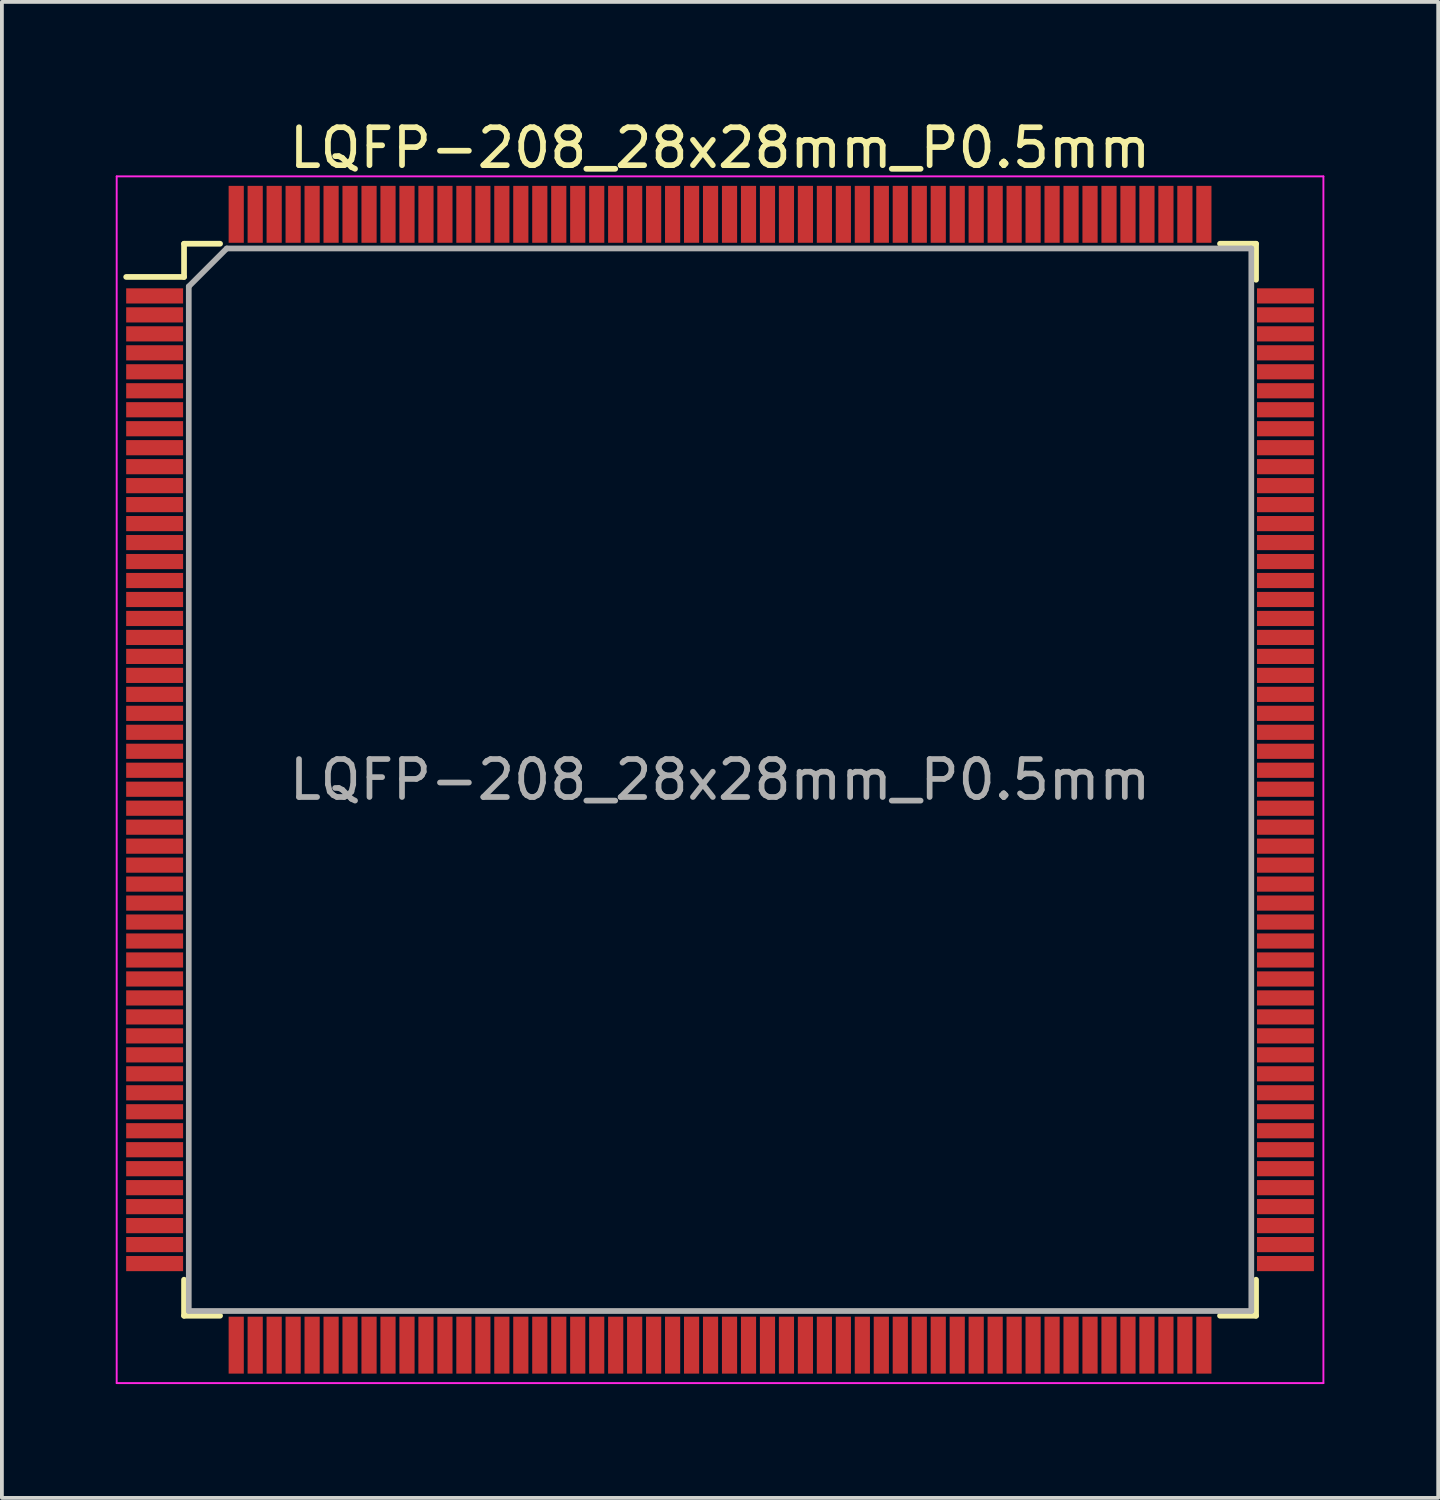
<source format=kicad_pcb>
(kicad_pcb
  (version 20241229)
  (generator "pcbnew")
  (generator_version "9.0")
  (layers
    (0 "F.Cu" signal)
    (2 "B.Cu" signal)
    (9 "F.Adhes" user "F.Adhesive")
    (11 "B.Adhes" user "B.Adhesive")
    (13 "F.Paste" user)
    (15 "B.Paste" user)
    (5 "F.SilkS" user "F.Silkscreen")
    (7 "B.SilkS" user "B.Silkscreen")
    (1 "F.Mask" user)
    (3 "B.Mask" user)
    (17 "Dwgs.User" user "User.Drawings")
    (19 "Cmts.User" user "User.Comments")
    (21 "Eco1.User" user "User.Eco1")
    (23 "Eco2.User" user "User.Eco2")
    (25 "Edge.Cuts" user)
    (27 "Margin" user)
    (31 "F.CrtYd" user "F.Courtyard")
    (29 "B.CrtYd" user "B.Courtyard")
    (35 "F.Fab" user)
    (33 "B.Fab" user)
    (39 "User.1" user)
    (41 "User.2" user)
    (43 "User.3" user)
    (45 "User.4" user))
  (footprint "LQFP-208_28x28mm_P0.5mm"
    (layer "F.Cu")
    (at 15.925 17.498)
    (property "Reference" "LQFP-208_28x28mm_P0.5mm" (at 0 -16.65 0) (layer "F.SilkS") (effects (font (size 1 1) (thickness 0.15))))
    (attr smd)
    (fp_line (start -14.125 -14.125) (end -14.125 -13.25) (stroke (width 0.15) (type solid)) (layer "F.SilkS"))
    (fp_line (start -14.125 -14.125) (end -13.175 -14.125) (stroke (width 0.15) (type solid)) (layer "F.SilkS"))
    (fp_line (start -14.125 -13.25) (end -15.65 -13.25) (stroke (width 0.15) (type solid)) (layer "F.SilkS"))
    (fp_line (start -14.125 14.125) (end -14.125 13.175) (stroke (width 0.15) (type solid)) (layer "F.SilkS"))
    (fp_line (start -14.125 14.125) (end -13.175 14.125) (stroke (width 0.15) (type solid)) (layer "F.SilkS"))
    (fp_line (start 14.125 -14.125) (end 13.175 -14.125) (stroke (width 0.15) (type solid)) (layer "F.SilkS"))
    (fp_line (start 14.125 -14.125) (end 14.125 -13.175) (stroke (width 0.15) (type solid)) (layer "F.SilkS"))
    (fp_line (start 14.125 14.125) (end 13.175 14.125) (stroke (width 0.15) (type solid)) (layer "F.SilkS"))
    (fp_line (start 14.125 14.125) (end 14.125 13.175) (stroke (width 0.15) (type solid)) (layer "F.SilkS"))
    (fp_line (start -15.9 -15.9) (end -15.9 15.9) (stroke (width 0.05) (type solid)) (layer "F.CrtYd"))
    (fp_line (start -15.9 -15.9) (end 15.9 -15.9) (stroke (width 0.05) (type solid)) (layer "F.CrtYd"))
    (fp_line (start -15.9 15.9) (end 15.9 15.9) (stroke (width 0.05) (type solid)) (layer "F.CrtYd"))
    (fp_line (start 15.9 -15.9) (end 15.9 15.9) (stroke (width 0.05) (type solid)) (layer "F.CrtYd"))
    (fp_line (start -14 -13) (end -13 -14) (stroke (width 0.15) (type solid)) (layer "F.Fab"))
    (fp_line (start -14 14) (end -14 -13) (stroke (width 0.15) (type solid)) (layer "F.Fab"))
    (fp_line (start -13 -14) (end 14 -14) (stroke (width 0.15) (type solid)) (layer "F.Fab"))
    (fp_line (start 14 -14) (end 14 14) (stroke (width 0.15) (type solid)) (layer "F.Fab"))
    (fp_line (start 14 14) (end -14 14) (stroke (width 0.15) (type solid)) (layer "F.Fab"))
    (fp_text user "${REFERENCE}" (at 0 0 0) (layer "F.Fab") (effects (font (size 1 1) (thickness 0.15))))
    (pad "1" smd rect (at -14.9 -12.75) (size 1.5 0.4) (layers "F.Cu" "F.Mask" "F.Paste"))
    (pad "2" smd rect (at -14.9 -12.25) (size 1.5 0.4) (layers "F.Cu" "F.Mask" "F.Paste"))
    (pad "3" smd rect (at -14.9 -11.75) (size 1.5 0.4) (layers "F.Cu" "F.Mask" "F.Paste"))
    (pad "4" smd rect (at -14.9 -11.25) (size 1.5 0.4) (layers "F.Cu" "F.Mask" "F.Paste"))
    (pad "5" smd rect (at -14.9 -10.75) (size 1.5 0.4) (layers "F.Cu" "F.Mask" "F.Paste"))
    (pad "6" smd rect (at -14.9 -10.25) (size 1.5 0.4) (layers "F.Cu" "F.Mask" "F.Paste"))
    (pad "7" smd rect (at -14.9 -9.75) (size 1.5 0.4) (layers "F.Cu" "F.Mask" "F.Paste"))
    (pad "8" smd rect (at -14.9 -9.25) (size 1.5 0.4) (layers "F.Cu" "F.Mask" "F.Paste"))
    (pad "9" smd rect (at -14.9 -8.75) (size 1.5 0.4) (layers "F.Cu" "F.Mask" "F.Paste"))
    (pad "10" smd rect (at -14.9 -8.25) (size 1.5 0.4) (layers "F.Cu" "F.Mask" "F.Paste"))
    (pad "11" smd rect (at -14.9 -7.75) (size 1.5 0.4) (layers "F.Cu" "F.Mask" "F.Paste"))
    (pad "12" smd rect (at -14.9 -7.25) (size 1.5 0.4) (layers "F.Cu" "F.Mask" "F.Paste"))
    (pad "13" smd rect (at -14.9 -6.75) (size 1.5 0.4) (layers "F.Cu" "F.Mask" "F.Paste"))
    (pad "14" smd rect (at -14.9 -6.25) (size 1.5 0.4) (layers "F.Cu" "F.Mask" "F.Paste"))
    (pad "15" smd rect (at -14.9 -5.75) (size 1.5 0.4) (layers "F.Cu" "F.Mask" "F.Paste"))
    (pad "16" smd rect (at -14.9 -5.25) (size 1.5 0.4) (layers "F.Cu" "F.Mask" "F.Paste"))
    (pad "17" smd rect (at -14.9 -4.75) (size 1.5 0.4) (layers "F.Cu" "F.Mask" "F.Paste"))
    (pad "18" smd rect (at -14.9 -4.25) (size 1.5 0.4) (layers "F.Cu" "F.Mask" "F.Paste"))
    (pad "19" smd rect (at -14.9 -3.75) (size 1.5 0.4) (layers "F.Cu" "F.Mask" "F.Paste"))
    (pad "20" smd rect (at -14.9 -3.25) (size 1.5 0.4) (layers "F.Cu" "F.Mask" "F.Paste"))
    (pad "21" smd rect (at -14.9 -2.75) (size 1.5 0.4) (layers "F.Cu" "F.Mask" "F.Paste"))
    (pad "22" smd rect (at -14.9 -2.25) (size 1.5 0.4) (layers "F.Cu" "F.Mask" "F.Paste"))
    (pad "23" smd rect (at -14.9 -1.75) (size 1.5 0.4) (layers "F.Cu" "F.Mask" "F.Paste"))
    (pad "24" smd rect (at -14.9 -1.25) (size 1.5 0.4) (layers "F.Cu" "F.Mask" "F.Paste"))
    (pad "25" smd rect (at -14.9 -0.75) (size 1.5 0.4) (layers "F.Cu" "F.Mask" "F.Paste"))
    (pad "26" smd rect (at -14.9 -0.25) (size 1.5 0.4) (layers "F.Cu" "F.Mask" "F.Paste"))
    (pad "27" smd rect (at -14.9 0.25) (size 1.5 0.4) (layers "F.Cu" "F.Mask" "F.Paste"))
    (pad "28" smd rect (at -14.9 0.75) (size 1.5 0.4) (layers "F.Cu" "F.Mask" "F.Paste"))
    (pad "29" smd rect (at -14.9 1.25) (size 1.5 0.4) (layers "F.Cu" "F.Mask" "F.Paste"))
    (pad "30" smd rect (at -14.9 1.75) (size 1.5 0.4) (layers "F.Cu" "F.Mask" "F.Paste"))
    (pad "31" smd rect (at -14.9 2.25) (size 1.5 0.4) (layers "F.Cu" "F.Mask" "F.Paste"))
    (pad "32" smd rect (at -14.9 2.75) (size 1.5 0.4) (layers "F.Cu" "F.Mask" "F.Paste"))
    (pad "33" smd rect (at -14.9 3.25) (size 1.5 0.4) (layers "F.Cu" "F.Mask" "F.Paste"))
    (pad "34" smd rect (at -14.9 3.75) (size 1.5 0.4) (layers "F.Cu" "F.Mask" "F.Paste"))
    (pad "35" smd rect (at -14.9 4.25) (size 1.5 0.4) (layers "F.Cu" "F.Mask" "F.Paste"))
    (pad "36" smd rect (at -14.9 4.75) (size 1.5 0.4) (layers "F.Cu" "F.Mask" "F.Paste"))
    (pad "37" smd rect (at -14.9 5.25) (size 1.5 0.4) (layers "F.Cu" "F.Mask" "F.Paste"))
    (pad "38" smd rect (at -14.9 5.75) (size 1.5 0.4) (layers "F.Cu" "F.Mask" "F.Paste"))
    (pad "39" smd rect (at -14.9 6.25) (size 1.5 0.4) (layers "F.Cu" "F.Mask" "F.Paste"))
    (pad "40" smd rect (at -14.9 6.75) (size 1.5 0.4) (layers "F.Cu" "F.Mask" "F.Paste"))
    (pad "41" smd rect (at -14.9 7.25) (size 1.5 0.4) (layers "F.Cu" "F.Mask" "F.Paste"))
    (pad "42" smd rect (at -14.9 7.75) (size 1.5 0.4) (layers "F.Cu" "F.Mask" "F.Paste"))
    (pad "43" smd rect (at -14.9 8.25) (size 1.5 0.4) (layers "F.Cu" "F.Mask" "F.Paste"))
    (pad "44" smd rect (at -14.9 8.75) (size 1.5 0.4) (layers "F.Cu" "F.Mask" "F.Paste"))
    (pad "45" smd rect (at -14.9 9.25) (size 1.5 0.4) (layers "F.Cu" "F.Mask" "F.Paste"))
    (pad "46" smd rect (at -14.9 9.75) (size 1.5 0.4) (layers "F.Cu" "F.Mask" "F.Paste"))
    (pad "47" smd rect (at -14.9 10.25) (size 1.5 0.4) (layers "F.Cu" "F.Mask" "F.Paste"))
    (pad "48" smd rect (at -14.9 10.75) (size 1.5 0.4) (layers "F.Cu" "F.Mask" "F.Paste"))
    (pad "49" smd rect (at -14.9 11.25) (size 1.5 0.4) (layers "F.Cu" "F.Mask" "F.Paste"))
    (pad "50" smd rect (at -14.9 11.75) (size 1.5 0.4) (layers "F.Cu" "F.Mask" "F.Paste"))
    (pad "51" smd rect (at -14.9 12.25) (size 1.5 0.4) (layers "F.Cu" "F.Mask" "F.Paste"))
    (pad "52" smd rect (at -14.9 12.75) (size 1.5 0.4) (layers "F.Cu" "F.Mask" "F.Paste"))
    (pad "53" smd rect (at -12.75 14.9 90) (size 1.5 0.4) (layers "F.Cu" "F.Mask" "F.Paste"))
    (pad "54" smd rect (at -12.25 14.9 90) (size 1.5 0.4) (layers "F.Cu" "F.Mask" "F.Paste"))
    (pad "55" smd rect (at -11.75 14.9 90) (size 1.5 0.4) (layers "F.Cu" "F.Mask" "F.Paste"))
    (pad "56" smd rect (at -11.25 14.9 90) (size 1.5 0.4) (layers "F.Cu" "F.Mask" "F.Paste"))
    (pad "57" smd rect (at -10.75 14.9 90) (size 1.5 0.4) (layers "F.Cu" "F.Mask" "F.Paste"))
    (pad "58" smd rect (at -10.25 14.9 90) (size 1.5 0.4) (layers "F.Cu" "F.Mask" "F.Paste"))
    (pad "59" smd rect (at -9.75 14.9 90) (size 1.5 0.4) (layers "F.Cu" "F.Mask" "F.Paste"))
    (pad "60" smd rect (at -9.25 14.9 90) (size 1.5 0.4) (layers "F.Cu" "F.Mask" "F.Paste"))
    (pad "61" smd rect (at -8.75 14.9 90) (size 1.5 0.4) (layers "F.Cu" "F.Mask" "F.Paste"))
    (pad "62" smd rect (at -8.25 14.9 90) (size 1.5 0.4) (layers "F.Cu" "F.Mask" "F.Paste"))
    (pad "63" smd rect (at -7.75 14.9 90) (size 1.5 0.4) (layers "F.Cu" "F.Mask" "F.Paste"))
    (pad "64" smd rect (at -7.25 14.9 90) (size 1.5 0.4) (layers "F.Cu" "F.Mask" "F.Paste"))
    (pad "65" smd rect (at -6.75 14.9 90) (size 1.5 0.4) (layers "F.Cu" "F.Mask" "F.Paste"))
    (pad "66" smd rect (at -6.25 14.9 90) (size 1.5 0.4) (layers "F.Cu" "F.Mask" "F.Paste"))
    (pad "67" smd rect (at -5.75 14.9 90) (size 1.5 0.4) (layers "F.Cu" "F.Mask" "F.Paste"))
    (pad "68" smd rect (at -5.25 14.9 90) (size 1.5 0.4) (layers "F.Cu" "F.Mask" "F.Paste"))
    (pad "69" smd rect (at -4.75 14.9 90) (size 1.5 0.4) (layers "F.Cu" "F.Mask" "F.Paste"))
    (pad "70" smd rect (at -4.25 14.9 90) (size 1.5 0.4) (layers "F.Cu" "F.Mask" "F.Paste"))
    (pad "71" smd rect (at -3.75 14.9 90) (size 1.5 0.4) (layers "F.Cu" "F.Mask" "F.Paste"))
    (pad "72" smd rect (at -3.25 14.9 90) (size 1.5 0.4) (layers "F.Cu" "F.Mask" "F.Paste"))
    (pad "73" smd rect (at -2.75 14.9 90) (size 1.5 0.4) (layers "F.Cu" "F.Mask" "F.Paste"))
    (pad "74" smd rect (at -2.25 14.9 90) (size 1.5 0.4) (layers "F.Cu" "F.Mask" "F.Paste"))
    (pad "75" smd rect (at -1.75 14.9 90) (size 1.5 0.4) (layers "F.Cu" "F.Mask" "F.Paste"))
    (pad "76" smd rect (at -1.25 14.9 90) (size 1.5 0.4) (layers "F.Cu" "F.Mask" "F.Paste"))
    (pad "77" smd rect (at -0.75 14.9 90) (size 1.5 0.4) (layers "F.Cu" "F.Mask" "F.Paste"))
    (pad "78" smd rect (at -0.25 14.9 90) (size 1.5 0.4) (layers "F.Cu" "F.Mask" "F.Paste"))
    (pad "79" smd rect (at 0.25 14.9 90) (size 1.5 0.4) (layers "F.Cu" "F.Mask" "F.Paste"))
    (pad "80" smd rect (at 0.75 14.9 90) (size 1.5 0.4) (layers "F.Cu" "F.Mask" "F.Paste"))
    (pad "81" smd rect (at 1.25 14.9 90) (size 1.5 0.4) (layers "F.Cu" "F.Mask" "F.Paste"))
    (pad "82" smd rect (at 1.75 14.9 90) (size 1.5 0.4) (layers "F.Cu" "F.Mask" "F.Paste"))
    (pad "83" smd rect (at 2.25 14.9 90) (size 1.5 0.4) (layers "F.Cu" "F.Mask" "F.Paste"))
    (pad "84" smd rect (at 2.75 14.9 90) (size 1.5 0.4) (layers "F.Cu" "F.Mask" "F.Paste"))
    (pad "85" smd rect (at 3.25 14.9 90) (size 1.5 0.4) (layers "F.Cu" "F.Mask" "F.Paste"))
    (pad "86" smd rect (at 3.75 14.9 90) (size 1.5 0.4) (layers "F.Cu" "F.Mask" "F.Paste"))
    (pad "87" smd rect (at 4.25 14.9 90) (size 1.5 0.4) (layers "F.Cu" "F.Mask" "F.Paste"))
    (pad "88" smd rect (at 4.75 14.9 90) (size 1.5 0.4) (layers "F.Cu" "F.Mask" "F.Paste"))
    (pad "89" smd rect (at 5.25 14.9 90) (size 1.5 0.4) (layers "F.Cu" "F.Mask" "F.Paste"))
    (pad "90" smd rect (at 5.75 14.9 90) (size 1.5 0.4) (layers "F.Cu" "F.Mask" "F.Paste"))
    (pad "91" smd rect (at 6.25 14.9 90) (size 1.5 0.4) (layers "F.Cu" "F.Mask" "F.Paste"))
    (pad "92" smd rect (at 6.75 14.9 90) (size 1.5 0.4) (layers "F.Cu" "F.Mask" "F.Paste"))
    (pad "93" smd rect (at 7.25 14.9 90) (size 1.5 0.4) (layers "F.Cu" "F.Mask" "F.Paste"))
    (pad "94" smd rect (at 7.75 14.9 90) (size 1.5 0.4) (layers "F.Cu" "F.Mask" "F.Paste"))
    (pad "95" smd rect (at 8.25 14.9 90) (size 1.5 0.4) (layers "F.Cu" "F.Mask" "F.Paste"))
    (pad "96" smd rect (at 8.75 14.9 90) (size 1.5 0.4) (layers "F.Cu" "F.Mask" "F.Paste"))
    (pad "97" smd rect (at 9.25 14.9 90) (size 1.5 0.4) (layers "F.Cu" "F.Mask" "F.Paste"))
    (pad "98" smd rect (at 9.75 14.9 90) (size 1.5 0.4) (layers "F.Cu" "F.Mask" "F.Paste"))
    (pad "99" smd rect (at 10.25 14.9 90) (size 1.5 0.4) (layers "F.Cu" "F.Mask" "F.Paste"))
    (pad "100" smd rect (at 10.75 14.9 90) (size 1.5 0.4) (layers "F.Cu" "F.Mask" "F.Paste"))
    (pad "101" smd rect (at 11.25 14.9 90) (size 1.5 0.4) (layers "F.Cu" "F.Mask" "F.Paste"))
    (pad "102" smd rect (at 11.75 14.9 90) (size 1.5 0.4) (layers "F.Cu" "F.Mask" "F.Paste"))
    (pad "103" smd rect (at 12.25 14.9 90) (size 1.5 0.4) (layers "F.Cu" "F.Mask" "F.Paste"))
    (pad "104" smd rect (at 12.75 14.9 90) (size 1.5 0.4) (layers "F.Cu" "F.Mask" "F.Paste"))
    (pad "105" smd rect (at 14.9 12.75) (size 1.5 0.4) (layers "F.Cu" "F.Mask" "F.Paste"))
    (pad "106" smd rect (at 14.9 12.25) (size 1.5 0.4) (layers "F.Cu" "F.Mask" "F.Paste"))
    (pad "107" smd rect (at 14.9 11.75) (size 1.5 0.4) (layers "F.Cu" "F.Mask" "F.Paste"))
    (pad "108" smd rect (at 14.9 11.25) (size 1.5 0.4) (layers "F.Cu" "F.Mask" "F.Paste"))
    (pad "109" smd rect (at 14.9 10.75) (size 1.5 0.4) (layers "F.Cu" "F.Mask" "F.Paste"))
    (pad "110" smd rect (at 14.9 10.25) (size 1.5 0.4) (layers "F.Cu" "F.Mask" "F.Paste"))
    (pad "111" smd rect (at 14.9 9.75) (size 1.5 0.4) (layers "F.Cu" "F.Mask" "F.Paste"))
    (pad "112" smd rect (at 14.9 9.25) (size 1.5 0.4) (layers "F.Cu" "F.Mask" "F.Paste"))
    (pad "113" smd rect (at 14.9 8.75) (size 1.5 0.4) (layers "F.Cu" "F.Mask" "F.Paste"))
    (pad "114" smd rect (at 14.9 8.25) (size 1.5 0.4) (layers "F.Cu" "F.Mask" "F.Paste"))
    (pad "115" smd rect (at 14.9 7.75) (size 1.5 0.4) (layers "F.Cu" "F.Mask" "F.Paste"))
    (pad "116" smd rect (at 14.9 7.25) (size 1.5 0.4) (layers "F.Cu" "F.Mask" "F.Paste"))
    (pad "117" smd rect (at 14.9 6.75) (size 1.5 0.4) (layers "F.Cu" "F.Mask" "F.Paste"))
    (pad "118" smd rect (at 14.9 6.25) (size 1.5 0.4) (layers "F.Cu" "F.Mask" "F.Paste"))
    (pad "119" smd rect (at 14.9 5.75) (size 1.5 0.4) (layers "F.Cu" "F.Mask" "F.Paste"))
    (pad "120" smd rect (at 14.9 5.25) (size 1.5 0.4) (layers "F.Cu" "F.Mask" "F.Paste"))
    (pad "121" smd rect (at 14.9 4.75) (size 1.5 0.4) (layers "F.Cu" "F.Mask" "F.Paste"))
    (pad "122" smd rect (at 14.9 4.25) (size 1.5 0.4) (layers "F.Cu" "F.Mask" "F.Paste"))
    (pad "123" smd rect (at 14.9 3.75) (size 1.5 0.4) (layers "F.Cu" "F.Mask" "F.Paste"))
    (pad "124" smd rect (at 14.9 3.25) (size 1.5 0.4) (layers "F.Cu" "F.Mask" "F.Paste"))
    (pad "125" smd rect (at 14.9 2.75) (size 1.5 0.4) (layers "F.Cu" "F.Mask" "F.Paste"))
    (pad "126" smd rect (at 14.9 2.25) (size 1.5 0.4) (layers "F.Cu" "F.Mask" "F.Paste"))
    (pad "127" smd rect (at 14.9 1.75) (size 1.5 0.4) (layers "F.Cu" "F.Mask" "F.Paste"))
    (pad "128" smd rect (at 14.9 1.25) (size 1.5 0.4) (layers "F.Cu" "F.Mask" "F.Paste"))
    (pad "129" smd rect (at 14.9 0.75) (size 1.5 0.4) (layers "F.Cu" "F.Mask" "F.Paste"))
    (pad "130" smd rect (at 14.9 0.25) (size 1.5 0.4) (layers "F.Cu" "F.Mask" "F.Paste"))
    (pad "131" smd rect (at 14.9 -0.25) (size 1.5 0.4) (layers "F.Cu" "F.Mask" "F.Paste"))
    (pad "132" smd rect (at 14.9 -0.75) (size 1.5 0.4) (layers "F.Cu" "F.Mask" "F.Paste"))
    (pad "133" smd rect (at 14.9 -1.25) (size 1.5 0.4) (layers "F.Cu" "F.Mask" "F.Paste"))
    (pad "134" smd rect (at 14.9 -1.75) (size 1.5 0.4) (layers "F.Cu" "F.Mask" "F.Paste"))
    (pad "135" smd rect (at 14.9 -2.25) (size 1.5 0.4) (layers "F.Cu" "F.Mask" "F.Paste"))
    (pad "136" smd rect (at 14.9 -2.75) (size 1.5 0.4) (layers "F.Cu" "F.Mask" "F.Paste"))
    (pad "137" smd rect (at 14.9 -3.25) (size 1.5 0.4) (layers "F.Cu" "F.Mask" "F.Paste"))
    (pad "138" smd rect (at 14.9 -3.75) (size 1.5 0.4) (layers "F.Cu" "F.Mask" "F.Paste"))
    (pad "139" smd rect (at 14.9 -4.25) (size 1.5 0.4) (layers "F.Cu" "F.Mask" "F.Paste"))
    (pad "140" smd rect (at 14.9 -4.75) (size 1.5 0.4) (layers "F.Cu" "F.Mask" "F.Paste"))
    (pad "141" smd rect (at 14.9 -5.25) (size 1.5 0.4) (layers "F.Cu" "F.Mask" "F.Paste"))
    (pad "142" smd rect (at 14.9 -5.75) (size 1.5 0.4) (layers "F.Cu" "F.Mask" "F.Paste"))
    (pad "143" smd rect (at 14.9 -6.25) (size 1.5 0.4) (layers "F.Cu" "F.Mask" "F.Paste"))
    (pad "144" smd rect (at 14.9 -6.75) (size 1.5 0.4) (layers "F.Cu" "F.Mask" "F.Paste"))
    (pad "145" smd rect (at 14.9 -7.25) (size 1.5 0.4) (layers "F.Cu" "F.Mask" "F.Paste"))
    (pad "146" smd rect (at 14.9 -7.75) (size 1.5 0.4) (layers "F.Cu" "F.Mask" "F.Paste"))
    (pad "147" smd rect (at 14.9 -8.25) (size 1.5 0.4) (layers "F.Cu" "F.Mask" "F.Paste"))
    (pad "148" smd rect (at 14.9 -8.75) (size 1.5 0.4) (layers "F.Cu" "F.Mask" "F.Paste"))
    (pad "149" smd rect (at 14.9 -9.25) (size 1.5 0.4) (layers "F.Cu" "F.Mask" "F.Paste"))
    (pad "150" smd rect (at 14.9 -9.75) (size 1.5 0.4) (layers "F.Cu" "F.Mask" "F.Paste"))
    (pad "151" smd rect (at 14.9 -10.25) (size 1.5 0.4) (layers "F.Cu" "F.Mask" "F.Paste"))
    (pad "152" smd rect (at 14.9 -10.75) (size 1.5 0.4) (layers "F.Cu" "F.Mask" "F.Paste"))
    (pad "153" smd rect (at 14.9 -11.25) (size 1.5 0.4) (layers "F.Cu" "F.Mask" "F.Paste"))
    (pad "154" smd rect (at 14.9 -11.75) (size 1.5 0.4) (layers "F.Cu" "F.Mask" "F.Paste"))
    (pad "155" smd rect (at 14.9 -12.25) (size 1.5 0.4) (layers "F.Cu" "F.Mask" "F.Paste"))
    (pad "156" smd rect (at 14.9 -12.75) (size 1.5 0.4) (layers "F.Cu" "F.Mask" "F.Paste"))
    (pad "157" smd rect (at 12.75 -14.9 90) (size 1.5 0.4) (layers "F.Cu" "F.Mask" "F.Paste"))
    (pad "158" smd rect (at 12.25 -14.9 90) (size 1.5 0.4) (layers "F.Cu" "F.Mask" "F.Paste"))
    (pad "159" smd rect (at 11.75 -14.9 90) (size 1.5 0.4) (layers "F.Cu" "F.Mask" "F.Paste"))
    (pad "160" smd rect (at 11.25 -14.9 90) (size 1.5 0.4) (layers "F.Cu" "F.Mask" "F.Paste"))
    (pad "161" smd rect (at 10.75 -14.9 90) (size 1.5 0.4) (layers "F.Cu" "F.Mask" "F.Paste"))
    (pad "162" smd rect (at 10.25 -14.9 90) (size 1.5 0.4) (layers "F.Cu" "F.Mask" "F.Paste"))
    (pad "163" smd rect (at 9.75 -14.9 90) (size 1.5 0.4) (layers "F.Cu" "F.Mask" "F.Paste"))
    (pad "164" smd rect (at 9.25 -14.9 90) (size 1.5 0.4) (layers "F.Cu" "F.Mask" "F.Paste"))
    (pad "165" smd rect (at 8.75 -14.9 90) (size 1.5 0.4) (layers "F.Cu" "F.Mask" "F.Paste"))
    (pad "166" smd rect (at 8.25 -14.9 90) (size 1.5 0.4) (layers "F.Cu" "F.Mask" "F.Paste"))
    (pad "167" smd rect (at 7.75 -14.9 90) (size 1.5 0.4) (layers "F.Cu" "F.Mask" "F.Paste"))
    (pad "168" smd rect (at 7.25 -14.9 90) (size 1.5 0.4) (layers "F.Cu" "F.Mask" "F.Paste"))
    (pad "169" smd rect (at 6.75 -14.9 90) (size 1.5 0.4) (layers "F.Cu" "F.Mask" "F.Paste"))
    (pad "170" smd rect (at 6.25 -14.9 90) (size 1.5 0.4) (layers "F.Cu" "F.Mask" "F.Paste"))
    (pad "171" smd rect (at 5.75 -14.9 90) (size 1.5 0.4) (layers "F.Cu" "F.Mask" "F.Paste"))
    (pad "172" smd rect (at 5.25 -14.9 90) (size 1.5 0.4) (layers "F.Cu" "F.Mask" "F.Paste"))
    (pad "173" smd rect (at 4.75 -14.9 90) (size 1.5 0.4) (layers "F.Cu" "F.Mask" "F.Paste"))
    (pad "174" smd rect (at 4.25 -14.9 90) (size 1.5 0.4) (layers "F.Cu" "F.Mask" "F.Paste"))
    (pad "175" smd rect (at 3.75 -14.9 90) (size 1.5 0.4) (layers "F.Cu" "F.Mask" "F.Paste"))
    (pad "176" smd rect (at 3.25 -14.9 90) (size 1.5 0.4) (layers "F.Cu" "F.Mask" "F.Paste"))
    (pad "177" smd rect (at 2.75 -14.9 90) (size 1.5 0.4) (layers "F.Cu" "F.Mask" "F.Paste"))
    (pad "178" smd rect (at 2.25 -14.9 90) (size 1.5 0.4) (layers "F.Cu" "F.Mask" "F.Paste"))
    (pad "179" smd rect (at 1.75 -14.9 90) (size 1.5 0.4) (layers "F.Cu" "F.Mask" "F.Paste"))
    (pad "180" smd rect (at 1.25 -14.9 90) (size 1.5 0.4) (layers "F.Cu" "F.Mask" "F.Paste"))
    (pad "181" smd rect (at 0.75 -14.9 90) (size 1.5 0.4) (layers "F.Cu" "F.Mask" "F.Paste"))
    (pad "182" smd rect (at 0.25 -14.9 90) (size 1.5 0.4) (layers "F.Cu" "F.Mask" "F.Paste"))
    (pad "183" smd rect (at -0.25 -14.9 90) (size 1.5 0.4) (layers "F.Cu" "F.Mask" "F.Paste"))
    (pad "184" smd rect (at -0.75 -14.9 90) (size 1.5 0.4) (layers "F.Cu" "F.Mask" "F.Paste"))
    (pad "185" smd rect (at -1.25 -14.9 90) (size 1.5 0.4) (layers "F.Cu" "F.Mask" "F.Paste"))
    (pad "186" smd rect (at -1.75 -14.9 90) (size 1.5 0.4) (layers "F.Cu" "F.Mask" "F.Paste"))
    (pad "187" smd rect (at -2.25 -14.9 90) (size 1.5 0.4) (layers "F.Cu" "F.Mask" "F.Paste"))
    (pad "188" smd rect (at -2.75 -14.9 90) (size 1.5 0.4) (layers "F.Cu" "F.Mask" "F.Paste"))
    (pad "189" smd rect (at -3.25 -14.9 90) (size 1.5 0.4) (layers "F.Cu" "F.Mask" "F.Paste"))
    (pad "190" smd rect (at -3.75 -14.9 90) (size 1.5 0.4) (layers "F.Cu" "F.Mask" "F.Paste"))
    (pad "191" smd rect (at -4.25 -14.9 90) (size 1.5 0.4) (layers "F.Cu" "F.Mask" "F.Paste"))
    (pad "192" smd rect (at -4.75 -14.9 90) (size 1.5 0.4) (layers "F.Cu" "F.Mask" "F.Paste"))
    (pad "193" smd rect (at -5.25 -14.9 90) (size 1.5 0.4) (layers "F.Cu" "F.Mask" "F.Paste"))
    (pad "194" smd rect (at -5.75 -14.9 90) (size 1.5 0.4) (layers "F.Cu" "F.Mask" "F.Paste"))
    (pad "195" smd rect (at -6.25 -14.9 90) (size 1.5 0.4) (layers "F.Cu" "F.Mask" "F.Paste"))
    (pad "196" smd rect (at -6.75 -14.9 90) (size 1.5 0.4) (layers "F.Cu" "F.Mask" "F.Paste"))
    (pad "197" smd rect (at -7.25 -14.9 90) (size 1.5 0.4) (layers "F.Cu" "F.Mask" "F.Paste"))
    (pad "198" smd rect (at -7.75 -14.9 90) (size 1.5 0.4) (layers "F.Cu" "F.Mask" "F.Paste"))
    (pad "199" smd rect (at -8.25 -14.9 90) (size 1.5 0.4) (layers "F.Cu" "F.Mask" "F.Paste"))
    (pad "200" smd rect (at -8.75 -14.9 90) (size 1.5 0.4) (layers "F.Cu" "F.Mask" "F.Paste"))
    (pad "201" smd rect (at -9.25 -14.9 90) (size 1.5 0.4) (layers "F.Cu" "F.Mask" "F.Paste"))
    (pad "202" smd rect (at -9.75 -14.9 90) (size 1.5 0.4) (layers "F.Cu" "F.Mask" "F.Paste"))
    (pad "203" smd rect (at -10.25 -14.9 90) (size 1.5 0.4) (layers "F.Cu" "F.Mask" "F.Paste"))
    (pad "204" smd rect (at -10.75 -14.9 90) (size 1.5 0.4) (layers "F.Cu" "F.Mask" "F.Paste"))
    (pad "205" smd rect (at -11.25 -14.9 90) (size 1.5 0.4) (layers "F.Cu" "F.Mask" "F.Paste"))
    (pad "206" smd rect (at -11.75 -14.9 90) (size 1.5 0.4) (layers "F.Cu" "F.Mask" "F.Paste"))
    (pad "207" smd rect (at -12.25 -14.9 90) (size 1.5 0.4) (layers "F.Cu" "F.Mask" "F.Paste"))
    (pad "208" smd rect (at -12.75 -14.9 90) (size 1.5 0.4) (layers "F.Cu" "F.Mask" "F.Paste")))
  (gr_rect
    (start -3 -3)
    (end 34.85 36.423)
    (stroke (width 0.1) (type default))
    (fill no)
    (layer "Edge.Cuts")))
</source>
